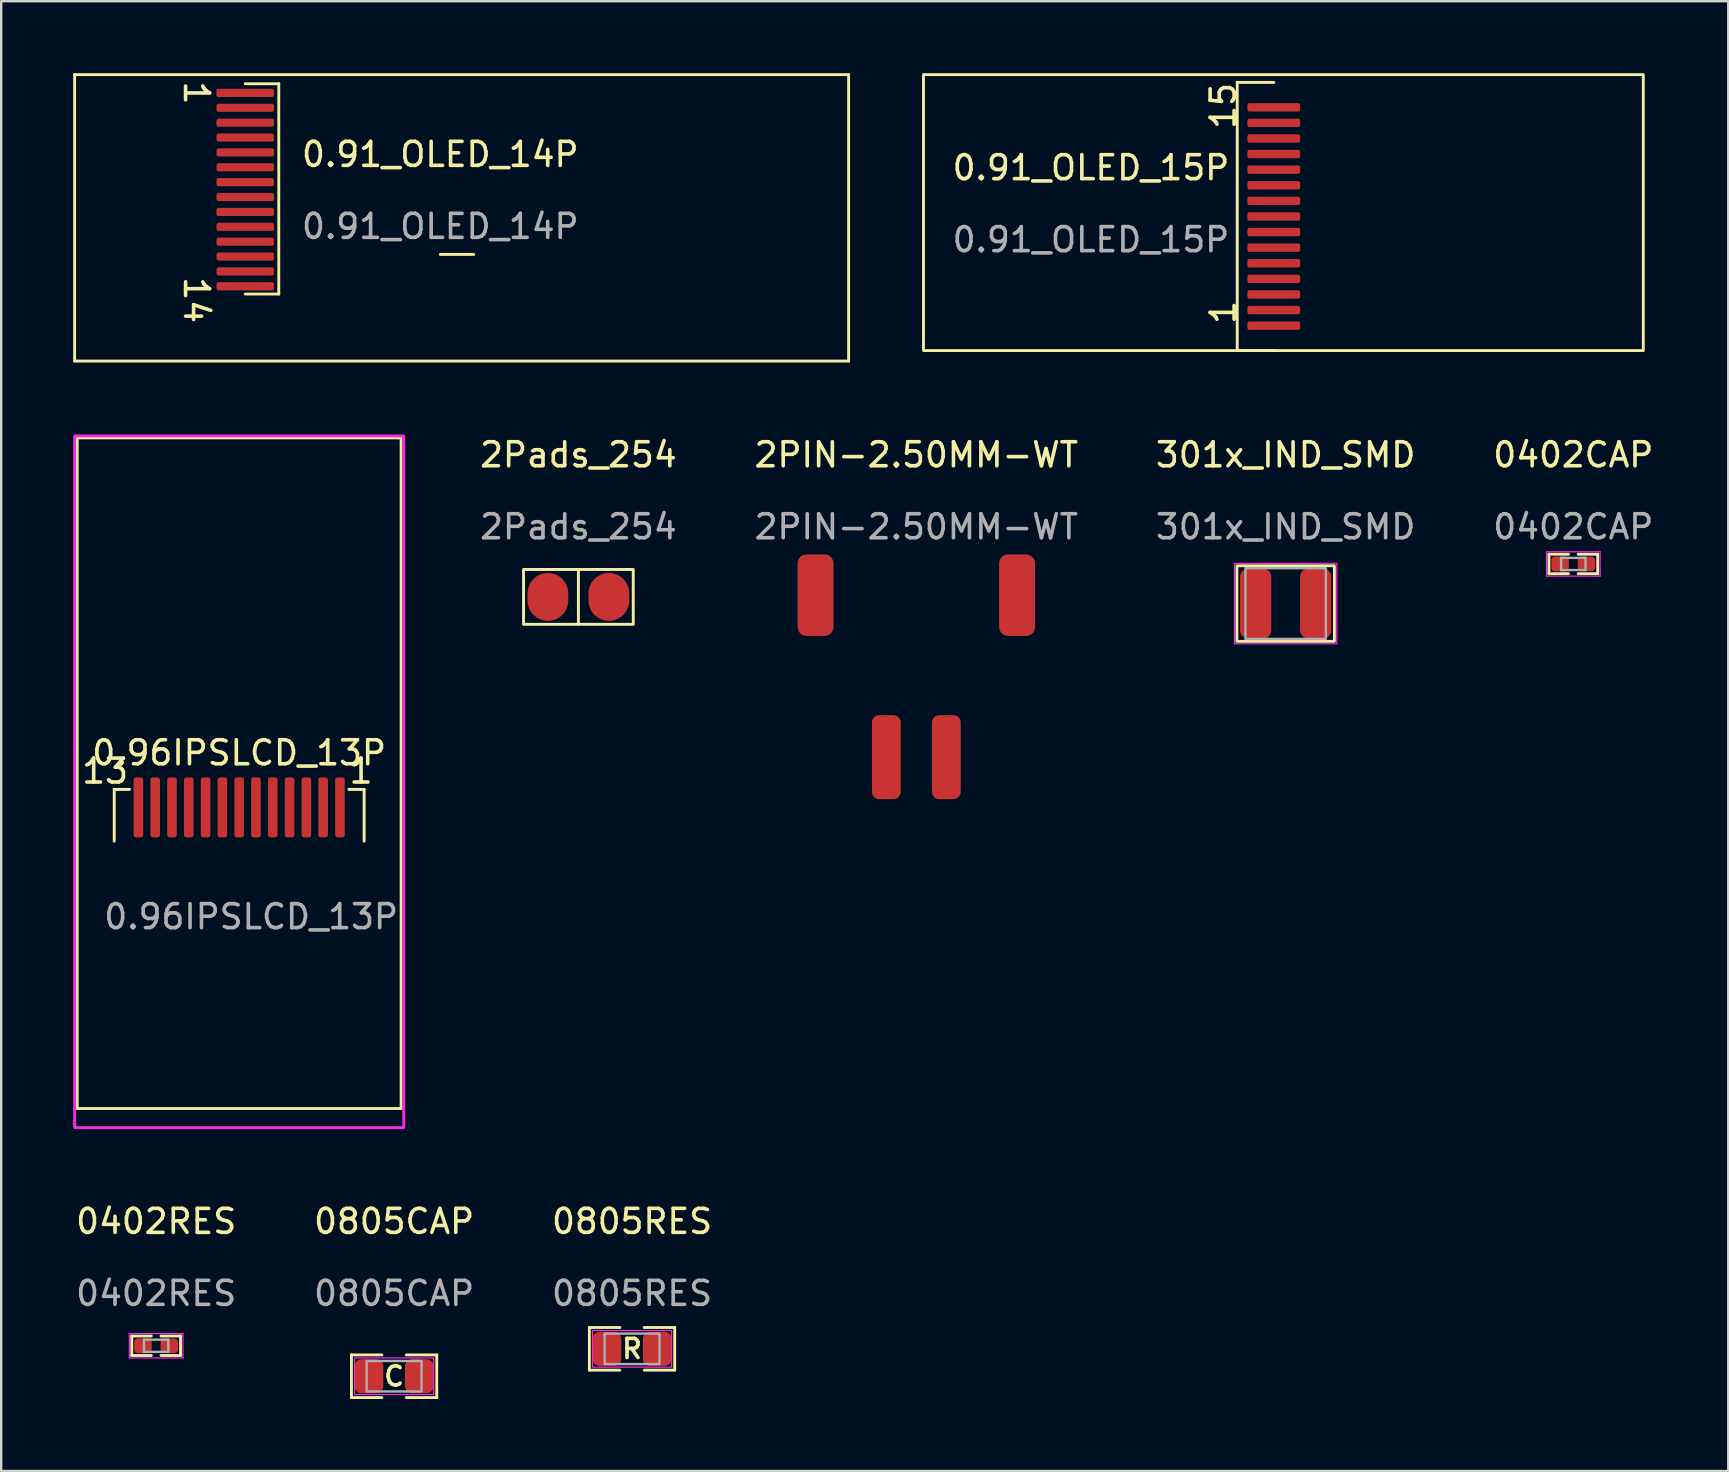
<source format=kicad_pcb>
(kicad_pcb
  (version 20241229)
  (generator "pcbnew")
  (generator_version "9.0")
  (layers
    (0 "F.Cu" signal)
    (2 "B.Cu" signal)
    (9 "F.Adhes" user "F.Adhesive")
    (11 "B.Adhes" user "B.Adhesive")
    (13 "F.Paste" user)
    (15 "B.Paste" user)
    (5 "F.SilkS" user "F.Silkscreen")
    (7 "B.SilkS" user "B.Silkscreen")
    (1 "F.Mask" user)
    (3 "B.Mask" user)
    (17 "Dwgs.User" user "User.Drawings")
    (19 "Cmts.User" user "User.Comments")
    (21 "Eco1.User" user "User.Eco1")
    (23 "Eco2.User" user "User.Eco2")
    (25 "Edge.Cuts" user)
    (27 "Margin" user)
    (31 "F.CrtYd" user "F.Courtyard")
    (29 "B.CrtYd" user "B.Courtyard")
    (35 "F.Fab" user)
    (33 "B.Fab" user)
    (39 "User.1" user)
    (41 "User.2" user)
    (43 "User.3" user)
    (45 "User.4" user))
  (footprint "0402CAP"
    (layer "F.Cu")
    (at 62.521 20.454)
    (property "Reference" "0402CAP" (at 0 -4.548 0) (unlocked yes) (layer "F.SilkS") (effects (font (size 1 1) (thickness 0.15))))
    (attr smd)
    (fp_line (start -1.016 -0.406) (end -1.016 0.406) (stroke (width 0.12) (type solid)) (layer "F.SilkS"))
    (fp_line (start -1.016 -0.406) (end -0.203 -0.406) (stroke (width 0.12) (type solid)) (layer "F.SilkS"))
    (fp_line (start -1.016 0.406) (end -0.203 0.406) (stroke (width 0.12) (type solid)) (layer "F.SilkS"))
    (fp_line (start 1.016 -0.406) (end 0.203 -0.406) (stroke (width 0.12) (type solid)) (layer "F.SilkS"))
    (fp_line (start 1.016 -0.406) (end 1.016 0.406) (stroke (width 0.12) (type solid)) (layer "F.SilkS"))
    (fp_line (start 1.016 0.406) (end 0.203 0.406) (stroke (width 0.12) (type solid)) (layer "F.SilkS"))
    (fp_line (start -1.118 -0.508) (end 1.118 -0.508) (stroke (width 0.05) (type solid)) (layer "F.CrtYd"))
    (fp_line (start -1.118 0.508) (end -1.118 -0.508) (stroke (width 0.05) (type solid)) (layer "F.CrtYd"))
    (fp_line (start 1.118 -0.508) (end 1.118 0.508) (stroke (width 0.05) (type solid)) (layer "F.CrtYd"))
    (fp_line (start 1.118 0.508) (end -1.118 0.508) (stroke (width 0.05) (type solid)) (layer "F.CrtYd"))
    (fp_line (start -0.508 -0.254) (end 0.508 -0.254) (stroke (width 0.1) (type solid)) (layer "F.Fab"))
    (fp_line (start -0.508 0.254) (end -0.508 -0.254) (stroke (width 0.1) (type solid)) (layer "F.Fab"))
    (fp_line (start 0.508 -0.254) (end 0.508 0.254) (stroke (width 0.1) (type solid)) (layer "F.Fab"))
    (fp_line (start 0.508 0.254) (end -0.508 0.254) (stroke (width 0.1) (type solid)) (layer "F.Fab"))
    (fp_text user "${REFERENCE}" (at 0 -1.548 0) (unlocked yes) (layer "F.Fab") (effects (font (size 1 1) (thickness 0.15))))
    (pad "1" smd roundrect (at -0.55 0) (size 0.73 0.62) (layers "F.Cu" "F.Mask" "F.Paste") (roundrect_rratio 0.25))
    (pad "2" smd roundrect (at 0.55 0) (size 0.73 0.6) (layers "F.Cu" "F.Mask" "F.Paste") (roundrect_rratio 0.25)))
  (footprint "301x_IND_SMD"
    (layer "F.Cu")
    (at 50.532 22.105)
    (property "Reference" "301x_IND_SMD" (at 0 -6.199 0) (unlocked yes) (layer "F.SilkS") (effects (font (size 1 1) (thickness 0.15))))
    (attr smd)
    (fp_rect (start -2.032 -1.575) (end 2.032 1.575) (stroke (width 0.12) (type solid)) (fill no) (layer "F.SilkS"))
    (fp_rect (start -2.134 -1.676) (end 2.134 1.676) (stroke (width 0.05) (type solid)) (fill no) (layer "F.CrtYd"))
    (fp_rect (start -1.676 -1.473) (end 1.676 1.473) (stroke (width 0.1) (type solid)) (fill no) (layer "F.Fab"))
    (fp_text user "${REFERENCE}" (at 0 -3.199 0) (unlocked yes) (layer "F.Fab") (effects (font (size 1 1) (thickness 0.15))))
    (pad "1" smd roundrect (at -1.25 0) (size 1.3 2.9) (layers "F.Cu" "F.Mask" "F.Paste") (roundrect_rratio 0.25))
    (pad "2" smd roundrect (at 1.25 0) (size 1.3 2.9) (layers "F.Cu" "F.Mask" "F.Paste") (roundrect_rratio 0.25)))
  (footprint "0.91_OLED_15P"
    (layer "F.Cu")
    (at 50.038 10.522)
    (property "Reference" "0.91_OLED_15P" (at -7.62 -6.582 0) (unlocked yes) (layer "F.SilkS") (effects (font (size 1 1) (thickness 0.15))))
    (attr smd)
    (fp_line (start -1.524 -10.138) (end -1.524 1.038) (stroke (width 0.12) (type default)) (layer "F.SilkS"))
    (fp_line (start -1.524 -10.138) (end 0 -10.138) (stroke (width 0.12) (type default)) (layer "F.SilkS"))
    (fp_line (start -1.524 1.038) (end 0 1.038) (stroke (width 0.12) (type default)) (layer "F.SilkS"))
    (fp_rect (start -14.6 -10.462) (end 15.4 1.038) (stroke (width 0.12) (type default)) (fill no) (layer "F.SilkS"))
    (fp_text user "15" (at -1.524 -8.106 90) (unlocked yes) (layer "F.SilkS") (effects (font (size 1 1) (thickness 0.15)) (justify left bottom)))
    (fp_text user "1" (at -1.524 0.022 90) (unlocked yes) (layer "F.SilkS") (effects (font (size 1 1) (thickness 0.15)) (justify left bottom)))
    (fp_text user "${REFERENCE}" (at -7.62 -3.582 0) (unlocked yes) (layer "F.Fab") (effects (font (size 1 1) (thickness 0.15))))
    (pad "1" smd roundrect (at 0 0) (size 2.2 0.35) (layers "F.Cu" "F.Mask" "F.Paste") (roundrect_rratio 0.25))
    (pad "2" smd roundrect (at 0 -0.65) (size 2.2 0.35) (layers "F.Cu" "F.Mask" "F.Paste") (roundrect_rratio 0.25))
    (pad "3" smd roundrect (at 0 -1.3) (size 2.2 0.35) (layers "F.Cu" "F.Mask" "F.Paste") (roundrect_rratio 0.25))
    (pad "4" smd roundrect (at 0 -1.95) (size 2.2 0.35) (layers "F.Cu" "F.Mask" "F.Paste") (roundrect_rratio 0.25))
    (pad "5" smd roundrect (at 0 -2.6) (size 2.2 0.35) (layers "F.Cu" "F.Mask" "F.Paste") (roundrect_rratio 0.25))
    (pad "6" smd roundrect (at 0 -3.25) (size 2.2 0.35) (layers "F.Cu" "F.Mask" "F.Paste") (roundrect_rratio 0.25))
    (pad "7" smd roundrect (at 0 -3.9) (size 2.2 0.35) (layers "F.Cu" "F.Mask" "F.Paste") (roundrect_rratio 0.25))
    (pad "8" smd roundrect (at 0 -4.55) (size 2.2 0.35) (layers "F.Cu" "F.Mask" "F.Paste") (roundrect_rratio 0.25))
    (pad "9" smd roundrect (at 0 -5.2) (size 2.2 0.35) (layers "F.Cu" "F.Mask" "F.Paste") (roundrect_rratio 0.25))
    (pad "10" smd roundrect (at 0 -5.85) (size 2.2 0.35) (layers "F.Cu" "F.Mask" "F.Paste") (roundrect_rratio 0.25))
    (pad "11" smd roundrect (at 0 -6.5) (size 2.2 0.35) (layers "F.Cu" "F.Mask" "F.Paste") (roundrect_rratio 0.25))
    (pad "12" smd roundrect (at 0 -7.15) (size 2.2 0.35) (layers "F.Cu" "F.Mask" "F.Paste") (roundrect_rratio 0.25))
    (pad "13" smd roundrect (at 0 -7.8) (size 2.2 0.35) (layers "F.Cu" "F.Mask" "F.Paste") (roundrect_rratio 0.25))
    (pad "14" smd roundrect (at 0 -8.45) (size 2.2 0.35) (layers "F.Cu" "F.Mask" "F.Paste") (roundrect_rratio 0.25))
    (pad "15" smd roundrect (at 0 -9.1) (size 2.2 0.35) (layers "F.Cu" "F.Mask" "F.Paste") (roundrect_rratio 0.25)))
  (footprint "0805CAP"
    (layer "F.Cu")
    (at 13.375 54.308)
    (property "Reference" "0805CAP" (at 0 -6.453 0) (unlocked yes) (layer "F.SilkS") (effects (font (size 1 1) (thickness 0.15))))
    (attr smd)
    (fp_line (start -1.778 -0.889) (end -1.778 0.889) (stroke (width 0.12) (type solid)) (layer "F.SilkS"))
    (fp_line (start -1.778 0.889) (end -0.508 0.889) (stroke (width 0.12) (type solid)) (layer "F.SilkS"))
    (fp_line (start -0.508 -0.889) (end -1.778 -0.889) (stroke (width 0.12) (type solid)) (layer "F.SilkS"))
    (fp_line (start 0.508 0.889) (end 1.778 0.889) (stroke (width 0.12) (type solid)) (layer "F.SilkS"))
    (fp_line (start 1.778 -0.889) (end 0.508 -0.889) (stroke (width 0.12) (type solid)) (layer "F.SilkS"))
    (fp_line (start 1.778 0.889) (end 1.778 -0.889) (stroke (width 0.12) (type solid)) (layer "F.SilkS"))
    (fp_rect (start -1.651 -0.762) (end 1.651 0.762) (stroke (width 0.05) (type solid)) (fill no) (layer "F.CrtYd"))
    (fp_rect (start -1.143 -0.635) (end 1.143 0.635) (stroke (width 0.1) (type solid)) (fill no) (layer "F.Fab"))
    (fp_text user "C" (at 0 0 0) (unlocked yes) (layer "F.SilkS") (effects (font (size 0.8 0.8) (thickness 0.15))))
    (fp_text user "${REFERENCE}" (at 0 -3.453 0) (unlocked yes) (layer "F.Fab") (effects (font (size 1 1) (thickness 0.15))))
    (pad "1" smd roundrect (at -1.05 0) (size 1.2 1.42) (layers "F.Cu" "F.Mask" "F.Paste") (roundrect_rratio 0.25))
    (pad "2" smd roundrect (at 1.05 0) (size 1.2 1.42) (layers "F.Cu" "F.Mask" "F.Paste") (roundrect_rratio 0.25)))
  (footprint "2Pads_254"
    (layer "F.Cu")
    (at 21.056 21.827)
    (property "Reference" "2Pads_254" (at 0 -5.921 0) (unlocked yes) (layer "F.SilkS") (effects (font (size 1 1) (thickness 0.15))))
    (attr smd)
    (fp_line (start 0 -1.143) (end 0 1.143) (stroke (width 0.12) (type solid)) (layer "F.SilkS"))
    (fp_rect (start -2.286 -1.143) (end 2.286 1.143) (stroke (width 0.12) (type solid)) (fill no) (layer "F.SilkS"))
    (fp_text user "${REFERENCE}" (at 0 -2.921 0) (unlocked yes) (layer "F.Fab") (effects (font (size 1 1) (thickness 0.15))))
    (pad "1" smd roundrect (at -1.27 0) (size 1.7 2) (layers "F.Cu" "F.Mask" "F.Paste") (roundrect_rratio 0.5))
    (pad "2" smd roundrect (at 1.27 0) (size 1.7 2) (layers "F.Cu" "F.Mask" "F.Paste") (roundrect_rratio 0.5)))
  (footprint "0.91_OLED_14P"
    (layer "F.Cu")
    (at 7.172 0.822)
    (property "Reference" "0.91_OLED_14P" (at 8.128 2.564 0) (unlocked yes) (layer "F.SilkS") (effects (font (size 1 1) (thickness 0.15))))
    (attr smd)
    (fp_line (start -7.112 -0.762) (end -7.112 11.176) (stroke (width 0.12) (type solid)) (layer "F.SilkS"))
    (fp_line (start -7.112 11.176) (end 25.146 11.176) (stroke (width 0.12) (type solid)) (layer "F.SilkS"))
    (fp_line (start 1.397 -0.381) (end 0 -0.381) (stroke (width 0.12) (type solid)) (layer "F.SilkS"))
    (fp_line (start 1.397 -0.381) (end 1.397 8.382) (stroke (width 0.12) (type solid)) (layer "F.SilkS"))
    (fp_line (start 1.397 8.382) (end 0 8.382) (stroke (width 0.12) (type solid)) (layer "F.SilkS"))
    (fp_line (start 8.128 6.731) (end 9.525 6.731) (stroke (width 0.12) (type solid)) (layer "F.SilkS"))
    (fp_line (start 25.146 -0.762) (end -7.112 -0.762) (stroke (width 0.12) (type solid)) (layer "F.SilkS"))
    (fp_line (start 25.146 11.176) (end 25.146 -0.762) (stroke (width 0.12) (type solid)) (layer "F.SilkS"))
    (fp_text user "14" (at -2.032 8.636 270) (unlocked yes) (layer "F.SilkS") (effects (font (size 1 1) (thickness 0.15))))
    (fp_text user "1" (at -2.032 0 270) (unlocked yes) (layer "F.SilkS") (effects (font (size 1 1) (thickness 0.15))))
    (fp_text user "${REFERENCE}" (at 8.128 5.564 0) (unlocked yes) (layer "F.Fab") (effects (font (size 1 1) (thickness 0.15))))
    (pad "1" smd roundrect (at 0 0) (size 2.4 0.34) (layers "F.Cu" "F.Mask" "F.Paste") (roundrect_rratio 0.25))
    (pad "2" smd roundrect (at 0 0.62) (size 2.4 0.34) (layers "F.Cu" "F.Mask" "F.Paste") (roundrect_rratio 0.25))
    (pad "3" smd roundrect (at 0 1.24) (size 2.4 0.34) (layers "F.Cu" "F.Mask" "F.Paste") (roundrect_rratio 0.25))
    (pad "4" smd roundrect (at 0 1.86) (size 2.4 0.34) (layers "F.Cu" "F.Mask" "F.Paste") (roundrect_rratio 0.25))
    (pad "5" smd roundrect (at 0 2.48) (size 2.4 0.34) (layers "F.Cu" "F.Mask" "F.Paste") (roundrect_rratio 0.25))
    (pad "6" smd roundrect (at 0 3.1) (size 2.4 0.34) (layers "F.Cu" "F.Mask" "F.Paste") (roundrect_rratio 0.25))
    (pad "7" smd roundrect (at 0 3.72) (size 2.4 0.34) (layers "F.Cu" "F.Mask" "F.Paste") (roundrect_rratio 0.25))
    (pad "8" smd roundrect (at 0 4.34) (size 2.4 0.34) (layers "F.Cu" "F.Mask" "F.Paste") (roundrect_rratio 0.25))
    (pad "9" smd roundrect (at 0 4.96) (size 2.4 0.34) (layers "F.Cu" "F.Mask" "F.Paste") (roundrect_rratio 0.25))
    (pad "10" smd roundrect (at 0 5.58) (size 2.4 0.34) (layers "F.Cu" "F.Mask" "F.Paste") (roundrect_rratio 0.25))
    (pad "11" smd roundrect (at 0 6.2) (size 2.4 0.34) (layers "F.Cu" "F.Mask" "F.Paste") (roundrect_rratio 0.25))
    (pad "12" smd roundrect (at 0 6.82) (size 2.4 0.34) (layers "F.Cu" "F.Mask" "F.Paste") (roundrect_rratio 0.25))
    (pad "13" smd roundrect (at 0 7.44) (size 2.4 0.34) (layers "F.Cu" "F.Mask" "F.Paste") (roundrect_rratio 0.25))
    (pad "14" smd roundrect (at 0 8.06) (size 2.4 0.34) (layers "F.Cu" "F.Mask" "F.Paste") (roundrect_rratio 0.25)))
  (footprint "0.96IPSLCD_13P"
    (layer "F.Cu")
    (at 6.918 29.85)
    (property "Reference" "0.96IPSLCD_13P" (at 0 -1.524 0) (unlocked yes) (layer "F.SilkS") (effects (font (size 1 1) (thickness 0.15))))
    (attr smd)
    (fp_line (start -6.75 -14.65) (end -6.75 13.3) (stroke (width 0.12) (type solid)) (layer "F.SilkS"))
    (fp_line (start -6.75 -14.65) (end 6.75 -14.65) (stroke (width 0.12) (type solid)) (layer "F.SilkS"))
    (fp_line (start -6.75 13.3) (end 6.75 13.3) (stroke (width 0.12) (type solid)) (layer "F.SilkS"))
    (fp_line (start -5.207 0) (end -5.207 2.159) (stroke (width 0.12) (type solid)) (layer "F.SilkS"))
    (fp_line (start -4.572 0) (end -5.207 0) (stroke (width 0.12) (type solid)) (layer "F.SilkS"))
    (fp_line (start 4.572 0) (end 5.207 0) (stroke (width 0.12) (type solid)) (layer "F.SilkS"))
    (fp_line (start 5.207 0) (end 5.207 2.159) (stroke (width 0.12) (type solid)) (layer "F.SilkS"))
    (fp_line (start 6.75 13.3) (end 6.75 -14.65) (stroke (width 0.12) (type solid)) (layer "F.SilkS"))
    (fp_rect (start -6.858 -14.732) (end 6.858 14.097) (stroke (width 0.12) (type solid)) (fill no) (layer "F.CrtYd"))
    (fp_text user "1" (at 5.08 -0.762 0) (unlocked yes) (layer "F.SilkS") (effects (font (size 1 1) (thickness 0.15))))
    (fp_text user "13" (at -5.588 -0.762 0) (unlocked yes) (layer "F.SilkS") (effects (font (size 1 1) (thickness 0.15))))
    (fp_text user "${REFERENCE}" (at 0.5 5.306 0) (unlocked yes) (layer "F.Fab") (effects (font (size 1 1) (thickness 0.15))))
    (pad "1" smd roundrect (at 4.2 0.75) (size 0.4 2.5) (layers "F.Cu" "F.Mask" "F.Paste") (roundrect_rratio 0.25))
    (pad "2" smd roundrect (at 3.5 0.75) (size 0.4 2.5) (layers "F.Cu" "F.Mask" "F.Paste") (roundrect_rratio 0.25))
    (pad "3" smd roundrect (at 2.8 0.75) (size 0.4 2.5) (layers "F.Cu" "F.Mask" "F.Paste") (roundrect_rratio 0.25))
    (pad "4" smd roundrect (at 2.1 0.75) (size 0.4 2.5) (layers "F.Cu" "F.Mask" "F.Paste") (roundrect_rratio 0.25))
    (pad "5" smd roundrect (at 1.4 0.75) (size 0.4 2.5) (layers "F.Cu" "F.Mask" "F.Paste") (roundrect_rratio 0.25))
    (pad "6" smd roundrect (at 0.7 0.75) (size 0.4 2.5) (layers "F.Cu" "F.Mask" "F.Paste") (roundrect_rratio 0.25))
    (pad "7" smd roundrect (at 0 0.75) (size 0.4 2.5) (layers "F.Cu" "F.Mask" "F.Paste") (roundrect_rratio 0.25))
    (pad "8" smd roundrect (at -0.7 0.75) (size 0.4 2.5) (layers "F.Cu" "F.Mask" "F.Paste") (roundrect_rratio 0.25))
    (pad "9" smd roundrect (at -1.4 0.75) (size 0.4 2.5) (layers "F.Cu" "F.Mask" "F.Paste") (roundrect_rratio 0.25))
    (pad "10" smd roundrect (at -2.1 0.75) (size 0.4 2.5) (layers "F.Cu" "F.Mask" "F.Paste") (roundrect_rratio 0.25))
    (pad "11" smd roundrect (at -2.8 0.75) (size 0.4 2.5) (layers "F.Cu" "F.Mask" "F.Paste") (roundrect_rratio 0.25))
    (pad "12" smd roundrect (at -3.5 0.75) (size 0.4 2.5) (layers "F.Cu" "F.Mask" "F.Paste") (roundrect_rratio 0.25))
    (pad "13" smd roundrect (at -4.2 0.75) (size 0.4 2.5) (layers "F.Cu" "F.Mask" "F.Paste") (roundrect_rratio 0.25)))
  (footprint "2PIN-2.50MM-WT"
    (layer "F.Cu")
    (at 35.14 28.506)
    (property "Reference" "2PIN-2.50MM-WT" (at 0 -12.6 0) (unlocked yes) (layer "F.SilkS") (effects (font (size 1 1) (thickness 0.15))))
    (attr smd)
    (fp_text user "${REFERENCE}" (at 0 -9.6 0) (unlocked yes) (layer "F.Fab") (effects (font (size 1 1) (thickness 0.15))))
    (pad "1" smd roundrect (at -1.25 0) (size 1.2 3.5) (layers "F.Cu" "F.Mask" "F.Paste") (roundrect_rratio 0.25))
    (pad "2" smd roundrect (at 1.25 0) (size 1.2 3.5) (layers "F.Cu" "F.Mask" "F.Paste") (roundrect_rratio 0.25))
    (pad "3" smd roundrect (at -4.2 -6.75) (size 1.5 3.4) (layers "F.Cu" "F.Mask" "F.Paste") (roundrect_rratio 0.25))
    (pad "4" smd roundrect (at 4.2 -6.75) (size 1.5 3.4) (layers "F.Cu" "F.Mask" "F.Paste") (roundrect_rratio 0.25)))
  (footprint "0402RES"
    (layer "F.Cu")
    (at 3.458 53.038)
    (property "Reference" "0402RES" (at 0 -5.183 0) (unlocked yes) (layer "F.SilkS") (effects (font (size 1 1) (thickness 0.15))))
    (attr smd)
    (fp_line (start -1.016 -0.406) (end -1.016 0.406) (stroke (width 0.12) (type solid)) (layer "F.SilkS"))
    (fp_line (start -1.016 -0.406) (end -0.203 -0.406) (stroke (width 0.12) (type solid)) (layer "F.SilkS"))
    (fp_line (start -1.016 0.406) (end -0.203 0.406) (stroke (width 0.12) (type solid)) (layer "F.SilkS"))
    (fp_line (start 1.016 -0.406) (end 0.203 -0.406) (stroke (width 0.12) (type solid)) (layer "F.SilkS"))
    (fp_line (start 1.016 -0.406) (end 1.016 0.406) (stroke (width 0.12) (type solid)) (layer "F.SilkS"))
    (fp_line (start 1.016 0.406) (end 0.203 0.406) (stroke (width 0.12) (type solid)) (layer "F.SilkS"))
    (fp_line (start -1.118 -0.508) (end 1.118 -0.508) (stroke (width 0.05) (type solid)) (layer "F.CrtYd"))
    (fp_line (start -1.118 0.508) (end -1.118 -0.508) (stroke (width 0.05) (type solid)) (layer "F.CrtYd"))
    (fp_line (start 1.118 -0.508) (end 1.118 0.508) (stroke (width 0.05) (type solid)) (layer "F.CrtYd"))
    (fp_line (start 1.118 0.508) (end -1.118 0.508) (stroke (width 0.05) (type solid)) (layer "F.CrtYd"))
    (fp_line (start -0.508 -0.254) (end 0.508 -0.254) (stroke (width 0.1) (type solid)) (layer "F.Fab"))
    (fp_line (start -0.508 0.254) (end -0.508 -0.254) (stroke (width 0.1) (type solid)) (layer "F.Fab"))
    (fp_line (start 0.508 -0.254) (end 0.508 0.254) (stroke (width 0.1) (type solid)) (layer "F.Fab"))
    (fp_line (start 0.508 0.254) (end -0.508 0.254) (stroke (width 0.1) (type solid)) (layer "F.Fab"))
    (fp_text user "${REFERENCE}" (at 0 -2.183 0) (unlocked yes) (layer "F.Fab") (effects (font (size 1 1) (thickness 0.15))))
    (pad "1" smd roundrect (at -0.55 0) (size 0.73 0.62) (layers "F.Cu" "F.Mask" "F.Paste") (roundrect_rratio 0.25))
    (pad "2" smd roundrect (at 0.55 0) (size 0.73 0.6) (layers "F.Cu" "F.Mask" "F.Paste") (roundrect_rratio 0.25)))
  (footprint "0805RES"
    (layer "F.Cu")
    (at 23.292 53.165)
    (property "Reference" "0805RES" (at 0 -5.31 0) (unlocked yes) (layer "F.SilkS") (effects (font (size 1 1) (thickness 0.15))))
    (attr smd)
    (fp_line (start -1.778 -0.889) (end -1.778 0.889) (stroke (width 0.12) (type solid)) (layer "F.SilkS"))
    (fp_line (start -1.778 0.889) (end -0.508 0.889) (stroke (width 0.12) (type solid)) (layer "F.SilkS"))
    (fp_line (start -0.508 -0.889) (end -1.778 -0.889) (stroke (width 0.12) (type solid)) (layer "F.SilkS"))
    (fp_line (start 0.508 0.889) (end 1.778 0.889) (stroke (width 0.12) (type solid)) (layer "F.SilkS"))
    (fp_line (start 1.778 -0.889) (end 0.508 -0.889) (stroke (width 0.12) (type solid)) (layer "F.SilkS"))
    (fp_line (start 1.778 0.889) (end 1.778 -0.889) (stroke (width 0.12) (type solid)) (layer "F.SilkS"))
    (fp_rect (start -1.651 -0.762) (end 1.651 0.762) (stroke (width 0.05) (type solid)) (fill no) (layer "F.CrtYd"))
    (fp_rect (start -1.143 -0.635) (end 1.143 0.635) (stroke (width 0.1) (type solid)) (fill no) (layer "F.Fab"))
    (fp_text user "R" (at 0 0 0) (unlocked yes) (layer "F.SilkS") (effects (font (size 0.8 0.8) (thickness 0.15))))
    (fp_text user "${REFERENCE}" (at 0 -2.31 0) (unlocked yes) (layer "F.Fab") (effects (font (size 1 1) (thickness 0.15))))
    (pad "1" smd roundrect (at -1.05 0) (size 1.2 1.42) (layers "F.Cu" "F.Mask" "F.Paste") (roundrect_rratio 0.25))
    (pad "2" smd roundrect (at 1.05 0) (size 1.2 1.42) (layers "F.Cu" "F.Mask" "F.Paste") (roundrect_rratio 0.25)))
  (gr_rect
    (start -3 -3)
    (end 68.979 58.257)
    (stroke (width 0.1) (type default))
    (fill no)
    (layer "Edge.Cuts")))
</source>
